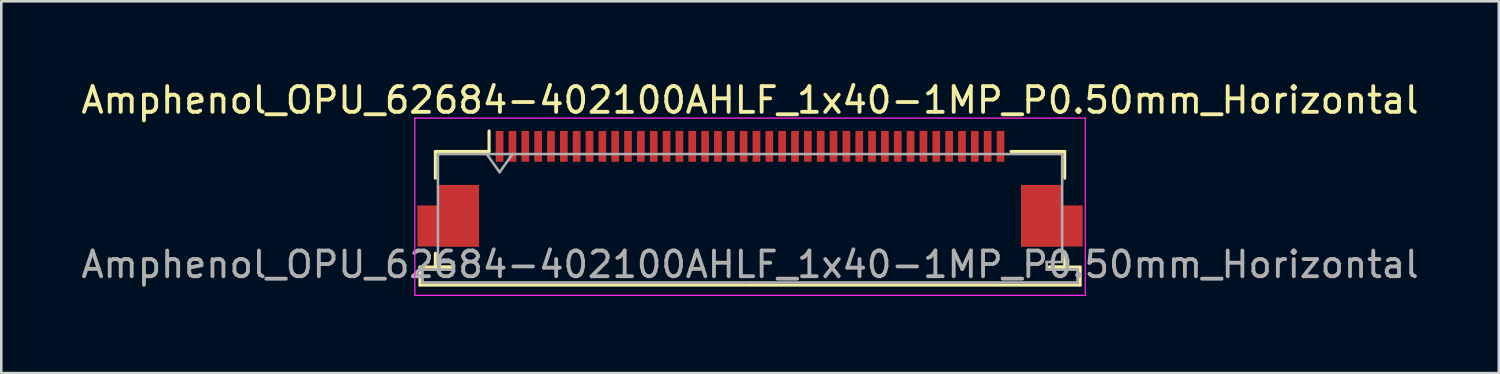
<source format=kicad_pcb>
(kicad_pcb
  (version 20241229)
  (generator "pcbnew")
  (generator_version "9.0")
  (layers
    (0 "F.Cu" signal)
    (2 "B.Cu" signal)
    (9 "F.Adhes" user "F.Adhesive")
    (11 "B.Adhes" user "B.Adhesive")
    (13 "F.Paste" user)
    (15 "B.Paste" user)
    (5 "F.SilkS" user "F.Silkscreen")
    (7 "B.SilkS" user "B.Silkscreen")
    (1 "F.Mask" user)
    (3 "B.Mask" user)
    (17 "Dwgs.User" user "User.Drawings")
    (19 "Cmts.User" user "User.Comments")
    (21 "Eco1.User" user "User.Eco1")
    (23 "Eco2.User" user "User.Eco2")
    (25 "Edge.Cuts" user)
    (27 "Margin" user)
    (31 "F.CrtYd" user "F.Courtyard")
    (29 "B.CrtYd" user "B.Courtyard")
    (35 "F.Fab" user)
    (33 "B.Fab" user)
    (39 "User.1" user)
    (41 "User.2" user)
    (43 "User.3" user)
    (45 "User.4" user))
  (footprint "Amphenol_OPU_62684-402100AHLF_1x40-1MP_P0.50mm_Horizontal"
    (layer "F.Cu")
    (at 26.149 4.298)
    (property "Reference" "Amphenol_OPU_62684-402100AHLF_1x40-1MP_P0.50mm_Horizontal" (at 0 -3.45 0) (layer "F.SilkS") (effects (font (size 1 1) (thickness 0.15))))
    (attr smd)
    (fp_line (start -12.85 3.05) (end -12.85 3.75) (stroke (width 0.12) (type solid)) (layer "F.SilkS"))
    (fp_line (start -12.85 3.75) (end 12.85 3.75) (stroke (width 0.12) (type solid)) (layer "F.SilkS"))
    (fp_line (start -12.25 -1.45) (end -12.25 -0.41) (stroke (width 0.12) (type solid)) (layer "F.SilkS"))
    (fp_line (start -12.25 2.51) (end -12.25 3.05) (stroke (width 0.12) (type solid)) (layer "F.SilkS"))
    (fp_line (start -12.25 3.05) (end -11.65 3.05) (stroke (width 0.12) (type solid)) (layer "F.SilkS"))
    (fp_line (start -11.65 3.05) (end -12.85 3.05) (stroke (width 0.12) (type solid)) (layer "F.SilkS"))
    (fp_line (start -10.16 -1.45) (end -12.25 -1.45) (stroke (width 0.12) (type solid)) (layer "F.SilkS"))
    (fp_line (start -10.16 -1.45) (end -10.16 -2.25) (stroke (width 0.12) (type solid)) (layer "F.SilkS"))
    (fp_line (start 10.16 -1.45) (end 12.25 -1.45) (stroke (width 0.12) (type solid)) (layer "F.SilkS"))
    (fp_line (start 11.65 3.05) (end 12.25 3.05) (stroke (width 0.12) (type solid)) (layer "F.SilkS"))
    (fp_line (start 12.25 -1.45) (end 12.25 -0.41) (stroke (width 0.12) (type solid)) (layer "F.SilkS"))
    (fp_line (start 12.25 3.05) (end 12.25 2.51) (stroke (width 0.12) (type solid)) (layer "F.SilkS"))
    (fp_line (start 12.85 3.05) (end 11.65 3.05) (stroke (width 0.12) (type solid)) (layer "F.SilkS"))
    (fp_line (start 12.85 3.75) (end 12.85 3.05) (stroke (width 0.12) (type solid)) (layer "F.SilkS"))
    (fp_line (start -13.05 -2.75) (end -13.05 4.15) (stroke (width 0.05) (type solid)) (layer "F.CrtYd"))
    (fp_line (start -13.05 4.15) (end 13.05 4.15) (stroke (width 0.05) (type solid)) (layer "F.CrtYd"))
    (fp_line (start 13.05 -2.75) (end -13.05 -2.75) (stroke (width 0.05) (type solid)) (layer "F.CrtYd"))
    (fp_line (start 13.05 4.15) (end 13.05 -2.75) (stroke (width 0.05) (type solid)) (layer "F.CrtYd"))
    (fp_line (start -12.75 3.15) (end -12.75 3.65) (stroke (width 0.1) (type solid)) (layer "F.Fab"))
    (fp_line (start -12.75 3.65) (end 0 3.65) (stroke (width 0.1) (type solid)) (layer "F.Fab"))
    (fp_line (start -12.15 -1.35) (end -12.15 2.85) (stroke (width 0.1) (type solid)) (layer "F.Fab"))
    (fp_line (start -12.15 2.85) (end -11.55 2.85) (stroke (width 0.1) (type solid)) (layer "F.Fab"))
    (fp_line (start -11.55 2.85) (end -11.55 3.15) (stroke (width 0.1) (type solid)) (layer "F.Fab"))
    (fp_line (start -11.55 3.15) (end -12.75 3.15) (stroke (width 0.1) (type solid)) (layer "F.Fab"))
    (fp_line (start -10.25 -1.35) (end -9.75 -0.643) (stroke (width 0.1) (type solid)) (layer "F.Fab"))
    (fp_line (start -9.75 -0.643) (end -9.25 -1.35) (stroke (width 0.1) (type solid)) (layer "F.Fab"))
    (fp_line (start 0 -1.35) (end -12.15 -1.35) (stroke (width 0.1) (type solid)) (layer "F.Fab"))
    (fp_line (start 0 -1.35) (end 12.15 -1.35) (stroke (width 0.1) (type solid)) (layer "F.Fab"))
    (fp_line (start 11.55 2.85) (end 11.55 3.15) (stroke (width 0.1) (type solid)) (layer "F.Fab"))
    (fp_line (start 11.55 3.15) (end 12.75 3.15) (stroke (width 0.1) (type solid)) (layer "F.Fab"))
    (fp_line (start 12.15 -1.35) (end 12.15 2.85) (stroke (width 0.1) (type solid)) (layer "F.Fab"))
    (fp_line (start 12.15 2.85) (end 11.55 2.85) (stroke (width 0.1) (type solid)) (layer "F.Fab"))
    (fp_line (start 12.75 3.15) (end 12.75 3.65) (stroke (width 0.1) (type solid)) (layer "F.Fab"))
    (fp_line (start 12.75 3.65) (end 0 3.65) (stroke (width 0.1) (type solid)) (layer "F.Fab"))
    (fp_text user "${REFERENCE}" (at 0 2.95 0) (layer "F.Fab") (effects (font (size 1 1) (thickness 0.15))))
    (pad "1" smd rect (at -9.75 -1.65) (size 0.3 1.2) (layers "F.Cu" "F.Mask" "F.Paste"))
    (pad "2" smd rect (at -9.25 -1.65) (size 0.3 1.2) (layers "F.Cu" "F.Mask" "F.Paste"))
    (pad "3" smd rect (at -8.75 -1.65) (size 0.3 1.2) (layers "F.Cu" "F.Mask" "F.Paste"))
    (pad "4" smd rect (at -8.25 -1.65) (size 0.3 1.2) (layers "F.Cu" "F.Mask" "F.Paste"))
    (pad "5" smd rect (at -7.75 -1.65) (size 0.3 1.2) (layers "F.Cu" "F.Mask" "F.Paste"))
    (pad "6" smd rect (at -7.25 -1.65) (size 0.3 1.2) (layers "F.Cu" "F.Mask" "F.Paste"))
    (pad "7" smd rect (at -6.75 -1.65) (size 0.3 1.2) (layers "F.Cu" "F.Mask" "F.Paste"))
    (pad "8" smd rect (at -6.25 -1.65) (size 0.3 1.2) (layers "F.Cu" "F.Mask" "F.Paste"))
    (pad "9" smd rect (at -5.75 -1.65) (size 0.3 1.2) (layers "F.Cu" "F.Mask" "F.Paste"))
    (pad "10" smd rect (at -5.25 -1.65) (size 0.3 1.2) (layers "F.Cu" "F.Mask" "F.Paste"))
    (pad "11" smd rect (at -4.75 -1.65) (size 0.3 1.2) (layers "F.Cu" "F.Mask" "F.Paste"))
    (pad "12" smd rect (at -4.25 -1.65) (size 0.3 1.2) (layers "F.Cu" "F.Mask" "F.Paste"))
    (pad "13" smd rect (at -3.75 -1.65) (size 0.3 1.2) (layers "F.Cu" "F.Mask" "F.Paste"))
    (pad "14" smd rect (at -3.25 -1.65) (size 0.3 1.2) (layers "F.Cu" "F.Mask" "F.Paste"))
    (pad "15" smd rect (at -2.75 -1.65) (size 0.3 1.2) (layers "F.Cu" "F.Mask" "F.Paste"))
    (pad "16" smd rect (at -2.25 -1.65) (size 0.3 1.2) (layers "F.Cu" "F.Mask" "F.Paste"))
    (pad "17" smd rect (at -1.75 -1.65) (size 0.3 1.2) (layers "F.Cu" "F.Mask" "F.Paste"))
    (pad "18" smd rect (at -1.25 -1.65) (size 0.3 1.2) (layers "F.Cu" "F.Mask" "F.Paste"))
    (pad "19" smd rect (at -0.75 -1.65) (size 0.3 1.2) (layers "F.Cu" "F.Mask" "F.Paste"))
    (pad "20" smd rect (at -0.25 -1.65) (size 0.3 1.2) (layers "F.Cu" "F.Mask" "F.Paste"))
    (pad "21" smd rect (at 0.25 -1.65) (size 0.3 1.2) (layers "F.Cu" "F.Mask" "F.Paste"))
    (pad "22" smd rect (at 0.75 -1.65) (size 0.3 1.2) (layers "F.Cu" "F.Mask" "F.Paste"))
    (pad "23" smd rect (at 1.25 -1.65) (size 0.3 1.2) (layers "F.Cu" "F.Mask" "F.Paste"))
    (pad "24" smd rect (at 1.75 -1.65) (size 0.3 1.2) (layers "F.Cu" "F.Mask" "F.Paste"))
    (pad "25" smd rect (at 2.25 -1.65) (size 0.3 1.2) (layers "F.Cu" "F.Mask" "F.Paste"))
    (pad "26" smd rect (at 2.75 -1.65) (size 0.3 1.2) (layers "F.Cu" "F.Mask" "F.Paste"))
    (pad "27" smd rect (at 3.25 -1.65) (size 0.3 1.2) (layers "F.Cu" "F.Mask" "F.Paste"))
    (pad "28" smd rect (at 3.75 -1.65) (size 0.3 1.2) (layers "F.Cu" "F.Mask" "F.Paste"))
    (pad "29" smd rect (at 4.25 -1.65) (size 0.3 1.2) (layers "F.Cu" "F.Mask" "F.Paste"))
    (pad "30" smd rect (at 4.75 -1.65) (size 0.3 1.2) (layers "F.Cu" "F.Mask" "F.Paste"))
    (pad "31" smd rect (at 5.25 -1.65) (size 0.3 1.2) (layers "F.Cu" "F.Mask" "F.Paste"))
    (pad "32" smd rect (at 5.75 -1.65) (size 0.3 1.2) (layers "F.Cu" "F.Mask" "F.Paste"))
    (pad "33" smd rect (at 6.25 -1.65) (size 0.3 1.2) (layers "F.Cu" "F.Mask" "F.Paste"))
    (pad "34" smd rect (at 6.75 -1.65) (size 0.3 1.2) (layers "F.Cu" "F.Mask" "F.Paste"))
    (pad "35" smd rect (at 7.25 -1.65) (size 0.3 1.2) (layers "F.Cu" "F.Mask" "F.Paste"))
    (pad "36" smd rect (at 7.75 -1.65) (size 0.3 1.2) (layers "F.Cu" "F.Mask" "F.Paste"))
    (pad "37" smd rect (at 8.25 -1.65) (size 0.3 1.2) (layers "F.Cu" "F.Mask" "F.Paste"))
    (pad "38" smd rect (at 8.75 -1.65) (size 0.3 1.2) (layers "F.Cu" "F.Mask" "F.Paste"))
    (pad "39" smd rect (at 9.25 -1.65) (size 0.3 1.2) (layers "F.Cu" "F.Mask" "F.Paste"))
    (pad "40" smd rect (at 9.75 -1.65) (size 0.3 1.2) (layers "F.Cu" "F.Mask" "F.Paste"))
    (pad "MP" smd rect (at -11.75 1.45) (size 2.4 1.6) (layers "F.Cu" "F.Mask" "F.Paste"))
    (pad "MP" smd rect (at -11.35 1.05) (size 1.6 2.4) (layers "F.Cu" "F.Mask" "F.Paste"))
    (pad "MP" smd rect (at 11.35 1.05) (size 1.6 2.4) (layers "F.Cu" "F.Mask" "F.Paste"))
    (pad "MP" smd rect (at 11.75 1.45) (size 2.4 1.6) (layers "F.Cu" "F.Mask" "F.Paste")))
  (gr_rect
    (start -3 -3)
    (end 55.298 11.473)
    (stroke (width 0.1) (type default))
    (fill no)
    (layer "Edge.Cuts")))
</source>
